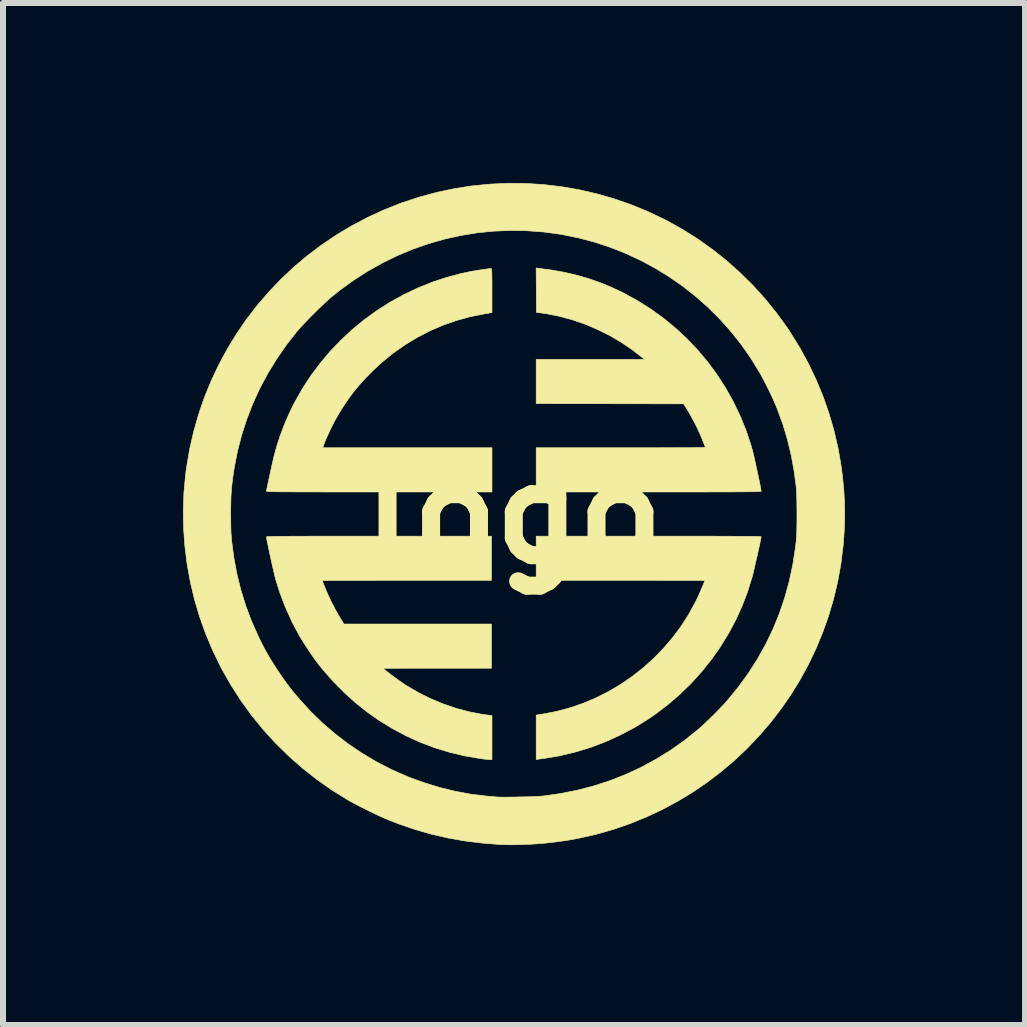
<source format=kicad_pcb>
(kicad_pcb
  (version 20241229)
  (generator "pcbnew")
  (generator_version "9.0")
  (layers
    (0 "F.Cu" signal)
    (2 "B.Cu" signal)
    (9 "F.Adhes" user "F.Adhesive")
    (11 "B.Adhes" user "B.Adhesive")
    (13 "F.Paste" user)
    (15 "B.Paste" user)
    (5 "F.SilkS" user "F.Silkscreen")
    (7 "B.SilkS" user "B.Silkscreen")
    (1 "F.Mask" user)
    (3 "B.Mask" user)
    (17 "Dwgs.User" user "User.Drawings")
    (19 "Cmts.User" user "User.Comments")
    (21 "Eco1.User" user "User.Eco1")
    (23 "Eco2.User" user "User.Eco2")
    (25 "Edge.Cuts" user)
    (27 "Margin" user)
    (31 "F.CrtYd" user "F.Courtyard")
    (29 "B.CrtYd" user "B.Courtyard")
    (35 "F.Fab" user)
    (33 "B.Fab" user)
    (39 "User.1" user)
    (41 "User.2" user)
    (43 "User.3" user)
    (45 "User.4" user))
  (footprint "logo"
    (layer "F.Cu")
    (at 5.515 5.515)
    (property "Reference" "logo" (at 0 0 0) (layer "F.SilkS") (effects (font (size 1.524 1.524) (thickness 0.3))))
    (attr through_hole)
    (fp_poly (pts (xy 2.47 0.373) (xy 2.677 0.373) (xy 2.867 0.373) (xy 3.041 0.373) (xy 3.201 0.373) (xy 3.346 0.373) (xy 3.477 0.374) (xy 3.594 0.374) (xy 3.698 0.375) (xy 3.79 0.375) (xy 3.869 0.376) (xy 3.937 0.376) (xy 3.993 0.377) (xy 4.039 0.378) (xy 4.074 0.379) (xy 4.099 0.38) (xy 4.115 0.381) (xy 4.123 0.382) (xy 4.123 0.382) (xy 4.121 0.396) (xy 4.116 0.423) (xy 4.108 0.463) (xy 4.098 0.512) (xy 4.085 0.569) (xy 4.071 0.632) (xy 4.057 0.698) (xy 4.041 0.765) (xy 4.026 0.83) (xy 4.012 0.893) (xy 3.999 0.95) (xy 3.987 0.999) (xy 3.977 1.038) (xy 3.971 1.058) (xy 3.896 1.302) (xy 3.804 1.541) (xy 3.698 1.774) (xy 3.576 2.001) (xy 3.441 2.22) (xy 3.292 2.431) (xy 3.13 2.633) (xy 2.957 2.825) (xy 2.771 3.006) (xy 2.574 3.176) (xy 2.367 3.334) (xy 2.239 3.422) (xy 2.011 3.563) (xy 1.776 3.687) (xy 1.535 3.797) (xy 1.289 3.891) (xy 1.037 3.968) (xy 0.782 4.03) (xy 0.522 4.075) (xy 0.485 4.08) (xy 0.373 4.095) (xy 0.373 3.355) (xy 0.489 3.337) (xy 0.718 3.292) (xy 0.942 3.232) (xy 1.162 3.156) (xy 1.376 3.065) (xy 1.583 2.96) (xy 1.784 2.841) (xy 1.976 2.709) (xy 2.159 2.565) (xy 2.332 2.409) (xy 2.495 2.242) (xy 2.647 2.064) (xy 2.787 1.876) (xy 2.914 1.678) (xy 3.027 1.472) (xy 3.061 1.403) (xy 3.077 1.368) (xy 3.095 1.328) (xy 3.114 1.284) (xy 3.133 1.239) (xy 3.151 1.198) (xy 3.166 1.161) (xy 3.177 1.133) (xy 3.183 1.116) (xy 3.183 1.113) (xy 3.175 1.112) (xy 3.151 1.112) (xy 3.111 1.111) (xy 3.057 1.111) (xy 2.99 1.111) (xy 2.91 1.111) (xy 2.819 1.11) (xy 2.717 1.11) (xy 2.605 1.11) (xy 2.483 1.11) (xy 2.354 1.109) (xy 2.218 1.109) (xy 2.075 1.109) (xy 1.926 1.109) (xy 1.778 1.109) (xy 0.373 1.109) (xy 0.373 0.373) (xy 2.248 0.373) (xy 2.47 0.373)) (stroke (width 0.01) (type solid)) (fill yes) (layer "F.SilkS"))
    (fp_poly (pts (xy -0.372 -4.086) (xy -0.37 -4.077) (xy -0.368 -4.059) (xy -0.367 -4.031) (xy -0.366 -3.993) (xy -0.365 -3.943) (xy -0.364 -3.88) (xy -0.364 -3.802) (xy -0.364 -3.721) (xy -0.364 -3.354) (xy -0.392 -3.349) (xy -0.412 -3.346) (xy -0.444 -3.34) (xy -0.482 -3.334) (xy -0.5 -3.331) (xy -0.731 -3.285) (xy -0.958 -3.222) (xy -1.181 -3.144) (xy -1.398 -3.05) (xy -1.609 -2.941) (xy -1.812 -2.818) (xy -2.008 -2.681) (xy -2.194 -2.53) (xy -2.348 -2.388) (xy -2.472 -2.262) (xy -2.583 -2.139) (xy -2.685 -2.014) (xy -2.78 -1.883) (xy -2.873 -1.742) (xy -2.923 -1.659) (xy -2.956 -1.602) (xy -2.992 -1.536) (xy -3.028 -1.465) (xy -3.064 -1.392) (xy -3.097 -1.32) (xy -3.128 -1.252) (xy -3.153 -1.191) (xy -3.172 -1.14) (xy -3.179 -1.12) (xy -3.185 -1.101) (xy -0.364 -1.101) (xy -0.364 -0.364) (xy -2.244 -0.364) (xy -2.455 -0.364) (xy -2.651 -0.364) (xy -2.83 -0.364) (xy -2.995 -0.364) (xy -3.145 -0.364) (xy -3.282 -0.365) (xy -3.406 -0.365) (xy -3.517 -0.365) (xy -3.616 -0.365) (xy -3.704 -0.366) (xy -3.781 -0.366) (xy -3.849 -0.366) (xy -3.907 -0.367) (xy -3.957 -0.368) (xy -3.999 -0.368) (xy -4.033 -0.369) (xy -4.061 -0.37) (xy -4.083 -0.371) (xy -4.099 -0.372) (xy -4.111 -0.373) (xy -4.118 -0.374) (xy -4.122 -0.376) (xy -4.123 -0.377) (xy -4.122 -0.388) (xy -4.117 -0.414) (xy -4.109 -0.452) (xy -4.099 -0.499) (xy -4.088 -0.553) (xy -4.075 -0.612) (xy -4.062 -0.674) (xy -4.048 -0.736) (xy -4.035 -0.796) (xy -4.022 -0.852) (xy -4.011 -0.901) (xy -4.002 -0.941) (xy -3.995 -0.969) (xy -3.95 -1.133) (xy -3.894 -1.304) (xy -3.829 -1.476) (xy -3.757 -1.645) (xy -3.681 -1.805) (xy -3.657 -1.851) (xy -3.528 -2.08) (xy -3.385 -2.3) (xy -3.229 -2.509) (xy -3.061 -2.708) (xy -2.881 -2.896) (xy -2.691 -3.073) (xy -2.491 -3.237) (xy -2.281 -3.389) (xy -2.063 -3.528) (xy -1.836 -3.653) (xy -1.602 -3.764) (xy -1.361 -3.861) (xy -1.115 -3.943) (xy -0.863 -4.009) (xy -0.699 -4.043) (xy -0.656 -4.05) (xy -0.607 -4.058) (xy -0.556 -4.066) (xy -0.505 -4.074) (xy -0.458 -4.08) (xy -0.418 -4.085) (xy -0.388 -4.089) (xy -0.375 -4.089) (xy -0.372 -4.086)) (stroke (width 0.01) (type solid)) (fill yes) (layer "F.SilkS"))
    (fp_poly (pts (xy 0.413 -4.093) (xy 0.64 -4.062) (xy 0.855 -4.023) (xy 1.059 -3.975) (xy 1.256 -3.918) (xy 1.448 -3.85) (xy 1.637 -3.772) (xy 1.827 -3.682) (xy 1.833 -3.678) (xy 2.065 -3.551) (xy 2.287 -3.411) (xy 2.5 -3.257) (xy 2.701 -3.091) (xy 2.892 -2.913) (xy 3.07 -2.725) (xy 3.237 -2.525) (xy 3.391 -2.316) (xy 3.531 -2.098) (xy 3.658 -1.871) (xy 3.771 -1.636) (xy 3.87 -1.394) (xy 3.953 -1.145) (xy 3.98 -1.05) (xy 3.988 -1.019) (xy 3.998 -0.976) (xy 4.01 -0.924) (xy 4.023 -0.865) (xy 4.037 -0.801) (xy 4.052 -0.734) (xy 4.066 -0.667) (xy 4.08 -0.602) (xy 4.093 -0.54) (xy 4.104 -0.486) (xy 4.113 -0.439) (xy 4.119 -0.404) (xy 4.123 -0.382) (xy 4.123 -0.376) (xy 4.122 -0.375) (xy 4.117 -0.374) (xy 4.107 -0.373) (xy 4.093 -0.371) (xy 4.074 -0.37) (xy 4.048 -0.37) (xy 4.016 -0.369) (xy 3.976 -0.368) (xy 3.928 -0.367) (xy 3.872 -0.367) (xy 3.807 -0.366) (xy 3.731 -0.366) (xy 3.645 -0.365) (xy 3.548 -0.365) (xy 3.44 -0.365) (xy 3.319 -0.365) (xy 3.185 -0.364) (xy 3.037 -0.364) (xy 2.875 -0.364) (xy 2.698 -0.364) (xy 2.506 -0.364) (xy 2.297 -0.364) (xy 2.248 -0.364) (xy 0.373 -0.364) (xy 0.373 -1.101) (xy 1.782 -1.101) (xy 1.935 -1.101) (xy 2.084 -1.101) (xy 2.227 -1.101) (xy 2.363 -1.101) (xy 2.493 -1.102) (xy 2.614 -1.102) (xy 2.726 -1.102) (xy 2.828 -1.103) (xy 2.919 -1.103) (xy 2.999 -1.104) (xy 3.066 -1.105) (xy 3.12 -1.105) (xy 3.159 -1.106) (xy 3.184 -1.107) (xy 3.192 -1.108) (xy 3.189 -1.119) (xy 3.18 -1.143) (xy 3.167 -1.177) (xy 3.15 -1.218) (xy 3.132 -1.262) (xy 3.113 -1.308) (xy 3.094 -1.351) (xy 3.077 -1.389) (xy 3.041 -1.465) (xy 2.998 -1.547) (xy 2.953 -1.63) (xy 2.909 -1.708) (xy 2.879 -1.757) (xy 2.831 -1.833) (xy 1.602 -1.835) (xy 0.373 -1.837) (xy 0.373 -2.574) (xy 2.178 -2.574) (xy 2.141 -2.605) (xy 1.967 -2.74) (xy 1.781 -2.865) (xy 1.587 -2.978) (xy 1.386 -3.077) (xy 1.179 -3.164) (xy 0.968 -3.236) (xy 0.754 -3.294) (xy 0.54 -3.336) (xy 0.432 -3.351) (xy 0.377 -3.357) (xy 0.375 -3.727) (xy 0.372 -4.098) (xy 0.413 -4.093)) (stroke (width 0.01) (type solid)) (fill yes) (layer "F.SilkS"))
    (fp_poly (pts (xy -0.373 1.109) (xy -1.782 1.109) (xy -1.935 1.109) (xy -2.084 1.109) (xy -2.227 1.109) (xy -2.363 1.11) (xy -2.493 1.11) (xy -2.614 1.11) (xy -2.726 1.11) (xy -2.828 1.111) (xy -2.919 1.111) (xy -2.999 1.111) (xy -3.066 1.112) (xy -3.12 1.112) (xy -3.159 1.113) (xy -3.184 1.113) (xy -3.192 1.114) (xy -3.189 1.123) (xy -3.181 1.145) (xy -3.169 1.176) (xy -3.155 1.213) (xy -3.153 1.217) (xy -3.101 1.341) (xy -3.04 1.471) (xy -2.972 1.602) (xy -2.901 1.727) (xy -2.865 1.784) (xy -2.832 1.837) (xy -0.373 1.837) (xy -0.373 2.574) (xy -1.276 2.574) (xy -2.18 2.575) (xy -2.151 2.6) (xy -2.117 2.628) (xy -2.073 2.662) (xy -2.022 2.701) (xy -1.966 2.742) (xy -1.91 2.782) (xy -1.857 2.819) (xy -1.81 2.851) (xy -1.791 2.863) (xy -1.594 2.978) (xy -1.391 3.08) (xy -1.182 3.167) (xy -0.97 3.24) (xy -0.756 3.298) (xy -0.542 3.34) (xy -0.447 3.353) (xy -0.364 3.363) (xy -0.364 4.098) (xy -0.404 4.097) (xy -0.428 4.095) (xy -0.464 4.092) (xy -0.507 4.087) (xy -0.553 4.081) (xy -0.559 4.08) (xy -0.817 4.036) (xy -1.07 3.976) (xy -1.319 3.9) (xy -1.562 3.808) (xy -1.799 3.7) (xy -2.029 3.577) (xy -2.252 3.44) (xy -2.443 3.305) (xy -2.64 3.148) (xy -2.83 2.977) (xy -3.011 2.793) (xy -3.181 2.6) (xy -3.273 2.485) (xy -3.309 2.436) (xy -3.352 2.376) (xy -3.398 2.309) (xy -3.445 2.238) (xy -3.49 2.168) (xy -3.532 2.102) (xy -3.568 2.044) (xy -3.579 2.024) (xy -3.699 1.798) (xy -3.805 1.563) (xy -3.898 1.321) (xy -3.967 1.102) (xy -3.975 1.071) (xy -3.986 1.029) (xy -3.998 0.977) (xy -4.012 0.917) (xy -4.027 0.851) (xy -4.042 0.783) (xy -4.057 0.714) (xy -4.072 0.645) (xy -4.086 0.58) (xy -4.098 0.521) (xy -4.109 0.47) (xy -4.117 0.428) (xy -4.122 0.399) (xy -4.123 0.385) (xy -4.122 0.383) (xy -4.116 0.382) (xy -4.106 0.381) (xy -4.09 0.38) (xy -4.069 0.379) (xy -4.042 0.378) (xy -4.007 0.377) (xy -3.965 0.376) (xy -3.915 0.376) (xy -3.855 0.375) (xy -3.787 0.375) (xy -3.708 0.374) (xy -3.618 0.374) (xy -3.517 0.374) (xy -3.404 0.373) (xy -3.278 0.373) (xy -3.139 0.373) (xy -2.986 0.373) (xy -2.819 0.373) (xy -2.636 0.373) (xy -2.438 0.373) (xy -2.248 0.373) (xy -0.373 0.373) (xy -0.373 1.109)) (stroke (width 0.01) (type solid)) (fill yes) (layer "F.SilkS"))
    (fp_poly (pts (xy 0.202 -5.507) (xy 0.499 -5.488) (xy 0.796 -5.453) (xy 1.09 -5.402) (xy 1.382 -5.335) (xy 1.671 -5.252) (xy 1.956 -5.153) (xy 2.236 -5.038) (xy 2.51 -4.908) (xy 2.555 -4.885) (xy 2.816 -4.739) (xy 3.07 -4.579) (xy 3.314 -4.405) (xy 3.549 -4.218) (xy 3.774 -4.017) (xy 3.988 -3.806) (xy 4.19 -3.582) (xy 4.379 -3.348) (xy 4.556 -3.105) (xy 4.602 -3.035) (xy 4.763 -2.776) (xy 4.909 -2.509) (xy 5.04 -2.235) (xy 5.156 -1.955) (xy 5.255 -1.67) (xy 5.339 -1.38) (xy 5.407 -1.086) (xy 5.458 -0.788) (xy 5.477 -0.639) (xy 5.5 -0.411) (xy 5.513 -0.192) (xy 5.516 0.022) (xy 5.511 0.238) (xy 5.496 0.46) (xy 5.49 0.529) (xy 5.453 0.83) (xy 5.4 1.126) (xy 5.331 1.416) (xy 5.248 1.7) (xy 5.149 1.978) (xy 5.037 2.248) (xy 4.911 2.512) (xy 4.771 2.768) (xy 4.619 3.015) (xy 4.454 3.253) (xy 4.277 3.483) (xy 4.088 3.702) (xy 3.888 3.912) (xy 3.678 4.111) (xy 3.456 4.298) (xy 3.225 4.475) (xy 2.985 4.639) (xy 2.735 4.79) (xy 2.476 4.929) (xy 2.209 5.054) (xy 1.934 5.166) (xy 1.652 5.263) (xy 1.363 5.345) (xy 1.079 5.409) (xy 0.892 5.443) (xy 0.698 5.47) (xy 0.5 5.492) (xy 0.303 5.507) (xy 0.109 5.515) (xy -0.076 5.517) (xy -0.233 5.512) (xy -0.528 5.489) (xy -0.813 5.454) (xy -1.092 5.405) (xy -1.364 5.343) (xy -1.634 5.266) (xy -1.903 5.175) (xy -2.064 5.113) (xy -2.132 5.085) (xy -2.211 5.05) (xy -2.299 5.009) (xy -2.39 4.966) (xy -2.482 4.92) (xy -2.571 4.875) (xy -2.655 4.832) (xy -2.728 4.792) (xy -2.773 4.766) (xy -3.034 4.604) (xy -3.284 4.428) (xy -3.523 4.24) (xy -3.751 4.039) (xy -3.968 3.827) (xy -4.172 3.603) (xy -4.364 3.368) (xy -4.543 3.122) (xy -4.708 2.867) (xy -4.86 2.601) (xy -4.89 2.544) (xy -5.021 2.274) (xy -5.137 1.998) (xy -5.238 1.715) (xy -5.323 1.428) (xy -5.392 1.136) (xy -5.446 0.84) (xy -5.483 0.542) (xy -5.505 0.243) (xy -5.509 0.004) (xy -4.719 0.004) (xy -4.719 0.092) (xy -4.718 0.166) (xy -4.717 0.229) (xy -4.715 0.285) (xy -4.713 0.335) (xy -4.709 0.384) (xy -4.705 0.434) (xy -4.701 0.471) (xy -4.664 0.748) (xy -4.613 1.016) (xy -4.548 1.276) (xy -4.469 1.53) (xy -4.376 1.78) (xy -4.266 2.027) (xy -4.242 2.079) (xy -4.194 2.175) (xy -4.149 2.261) (xy -4.104 2.342) (xy -4.056 2.423) (xy -4.004 2.506) (xy -3.945 2.598) (xy -3.924 2.629) (xy -3.861 2.722) (xy -3.802 2.805) (xy -3.744 2.883) (xy -3.684 2.96) (xy -3.617 3.04) (xy -3.58 3.083) (xy -3.391 3.29) (xy -3.191 3.486) (xy -2.979 3.668) (xy -2.757 3.838) (xy -2.525 3.994) (xy -2.284 4.137) (xy -2.035 4.265) (xy -1.778 4.378) (xy -1.744 4.392) (xy -1.487 4.485) (xy -1.229 4.564) (xy -0.969 4.627) (xy -0.711 4.674) (xy -0.455 4.705) (xy -0.432 4.707) (xy -0.388 4.711) (xy -0.348 4.714) (xy -0.316 4.717) (xy -0.296 4.719) (xy -0.27 4.721) (xy -0.229 4.722) (xy -0.176 4.723) (xy -0.113 4.723) (xy -0.043 4.722) (xy 0.031 4.721) (xy 0.108 4.719) (xy 0.184 4.718) (xy 0.258 4.716) (xy 0.327 4.713) (xy 0.389 4.711) (xy 0.44 4.708) (xy 0.479 4.705) (xy 0.491 4.704) (xy 0.779 4.663) (xy 1.06 4.607) (xy 1.335 4.535) (xy 1.603 4.448) (xy 1.865 4.345) (xy 2.12 4.227) (xy 2.367 4.093) (xy 2.607 3.945) (xy 2.84 3.781) (xy 3.051 3.613) (xy 3.109 3.563) (xy 3.175 3.503) (xy 3.245 3.436) (xy 3.318 3.365) (xy 3.389 3.293) (xy 3.457 3.224) (xy 3.518 3.159) (xy 3.563 3.107) (xy 3.746 2.884) (xy 3.913 2.653) (xy 4.064 2.416) (xy 4.2 2.172) (xy 4.321 1.921) (xy 4.426 1.663) (xy 4.516 1.398) (xy 4.591 1.126) (xy 4.651 0.846) (xy 4.695 0.558) (xy 4.709 0.44) (xy 4.712 0.398) (xy 4.715 0.342) (xy 4.717 0.274) (xy 4.719 0.197) (xy 4.72 0.114) (xy 4.72 0.028) (xy 4.72 -0.059) (xy 4.719 -0.144) (xy 4.718 -0.225) (xy 4.716 -0.298) (xy 4.714 -0.361) (xy 4.711 -0.411) (xy 4.709 -0.432) (xy 4.673 -0.709) (xy 4.624 -0.977) (xy 4.561 -1.239) (xy 4.484 -1.496) (xy 4.391 -1.75) (xy 4.39 -1.753) (xy 4.362 -1.821) (xy 4.327 -1.901) (xy 4.287 -1.987) (xy 4.244 -2.076) (xy 4.199 -2.165) (xy 4.156 -2.249) (xy 4.115 -2.325) (xy 4.098 -2.354) (xy 3.952 -2.593) (xy 3.792 -2.821) (xy 3.62 -3.038) (xy 3.436 -3.244) (xy 3.241 -3.439) (xy 3.035 -3.621) (xy 2.819 -3.792) (xy 2.593 -3.949) (xy 2.359 -4.093) (xy 2.116 -4.224) (xy 1.866 -4.34) (xy 1.608 -4.442) (xy 1.345 -4.529) (xy 1.075 -4.6) (xy 0.8 -4.656) (xy 0.768 -4.661) (xy 0.489 -4.699) (xy 0.211 -4.719) (xy -0.068 -4.723) (xy -0.345 -4.711) (xy -0.62 -4.683) (xy -0.892 -4.638) (xy -1.161 -4.578) (xy -1.427 -4.501) (xy -1.688 -4.41) (xy -1.944 -4.303) (xy -2.194 -4.18) (xy -2.438 -4.043) (xy -2.675 -3.891) (xy -2.904 -3.724) (xy -3.04 -3.615) (xy -3.086 -3.575) (xy -3.14 -3.526) (xy -3.201 -3.468) (xy -3.266 -3.405) (xy -3.333 -3.339) (xy -3.4 -3.272) (xy -3.463 -3.206) (xy -3.522 -3.145) (xy -3.572 -3.09) (xy -3.612 -3.043) (xy -3.615 -3.04) (xy -3.792 -2.814) (xy -3.954 -2.58) (xy -4.101 -2.339) (xy -4.234 -2.091) (xy -4.351 -1.836) (xy -4.452 -1.575) (xy -4.538 -1.308) (xy -4.608 -1.036) (xy -4.662 -0.76) (xy -4.673 -0.686) (xy -4.686 -0.596) (xy -4.696 -0.514) (xy -4.704 -0.436) (xy -4.71 -0.359) (xy -4.715 -0.279) (xy -4.717 -0.193) (xy -4.719 -0.097) (xy -4.719 0.004) (xy -5.509 0.004) (xy -5.51 -0.058) (xy -5.499 -0.358) (xy -5.471 -0.657) (xy -5.456 -0.77) (xy -5.405 -1.071) (xy -5.338 -1.365) (xy -5.256 -1.654) (xy -5.159 -1.936) (xy -5.047 -2.211) (xy -4.921 -2.479) (xy -4.781 -2.739) (xy -4.628 -2.991) (xy -4.462 -3.234) (xy -4.283 -3.467) (xy -4.092 -3.69) (xy -3.889 -3.903) (xy -3.675 -4.106) (xy -3.45 -4.296) (xy -3.214 -4.475) (xy -2.968 -4.642) (xy -2.712 -4.796) (xy -2.447 -4.936) (xy -2.173 -5.063) (xy -1.891 -5.175) (xy -1.863 -5.185) (xy -1.575 -5.28) (xy -1.283 -5.359) (xy -0.989 -5.421) (xy -0.693 -5.467) (xy -0.395 -5.496) (xy -0.097 -5.51) (xy 0.202 -5.507)) (stroke (width 0.01) (type solid)) (fill yes) (layer "F.SilkS")))
  (gr_rect
    (start -3 -3)
    (end 14.037 14.036)
    (stroke (width 0.1) (type default))
    (fill no)
    (layer "Edge.Cuts")))
</source>
